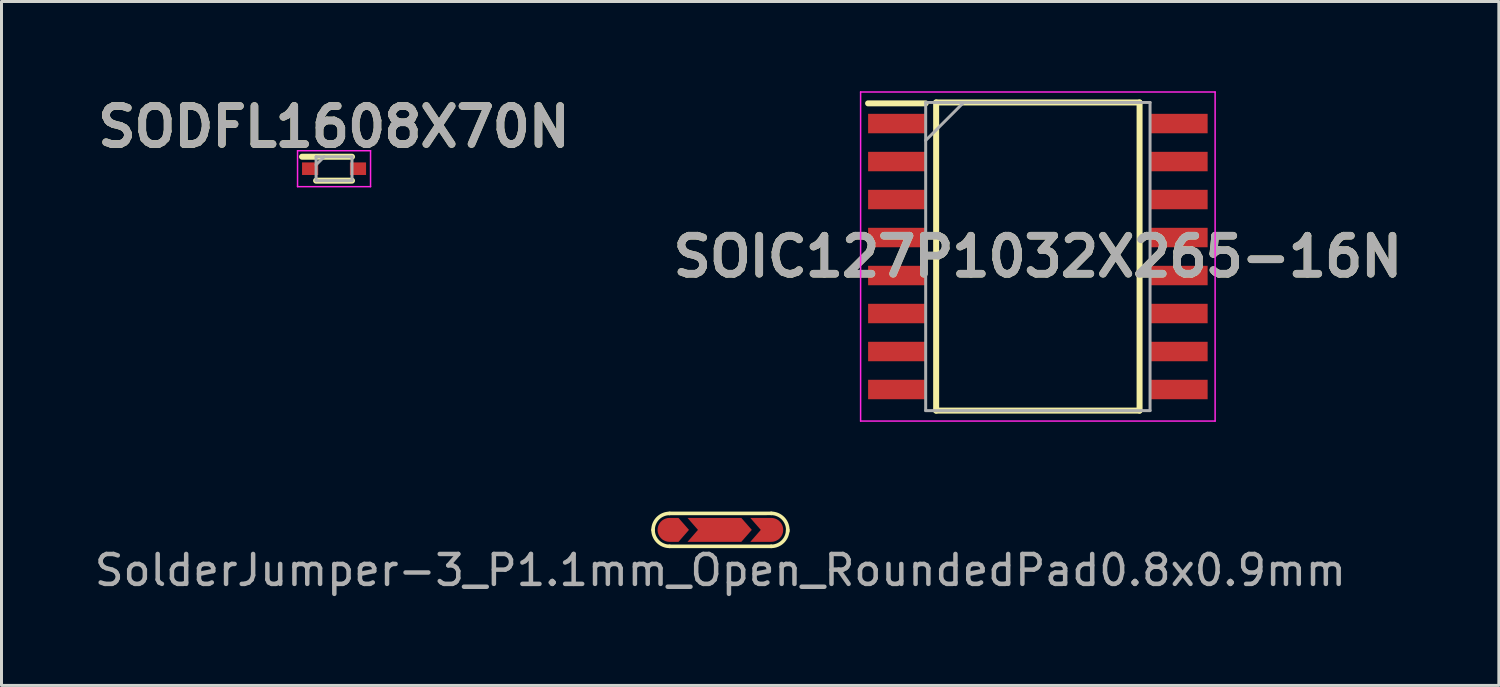
<source format=kicad_pcb>
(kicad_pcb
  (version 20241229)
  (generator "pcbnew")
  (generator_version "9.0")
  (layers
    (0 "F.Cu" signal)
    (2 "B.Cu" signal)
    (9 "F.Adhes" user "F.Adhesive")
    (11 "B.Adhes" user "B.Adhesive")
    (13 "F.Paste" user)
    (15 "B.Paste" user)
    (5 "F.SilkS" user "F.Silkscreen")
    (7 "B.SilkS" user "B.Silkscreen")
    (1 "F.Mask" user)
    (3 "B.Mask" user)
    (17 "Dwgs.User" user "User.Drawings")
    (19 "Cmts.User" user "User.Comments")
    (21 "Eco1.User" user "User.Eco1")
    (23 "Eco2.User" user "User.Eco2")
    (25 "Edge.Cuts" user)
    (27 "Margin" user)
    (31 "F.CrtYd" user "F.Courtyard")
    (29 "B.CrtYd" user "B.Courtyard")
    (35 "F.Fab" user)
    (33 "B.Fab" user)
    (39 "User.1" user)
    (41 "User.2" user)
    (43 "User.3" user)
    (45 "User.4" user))
  (footprint "SolderJumper-3_P1.1mm_Open_RoundedPad0.8x0.9mm"
    (layer "F.Cu")
    (at 21.03 14.662)
    (property "Reference" "SolderJumper-3_P1.1mm_Open_RoundedPad0.8x0.9mm" (at 0 1.35 0) (layer "F.Fab") (effects (font (size 1 1) (thickness 0.15))))
    (attr exclude_from_pos_files exclude_from_bom)
    (fp_line (start -1.7 -0.55) (end 1.7 -0.552) (stroke (width 0.12) (type solid)) (layer "F.SilkS"))
    (fp_line (start 1.7 0.55) (end -1.7 0.55) (stroke (width 0.12) (type solid)) (layer "F.SilkS"))
    (fp_arc (start -2.25 0) (mid -2.088909 -0.388909) (end -1.7 -0.55) (stroke (width 0.12) (type solid)) (layer "F.SilkS"))
    (fp_arc (start -1.7 0.55) (mid -2.088909 0.388909) (end -2.25 0) (stroke (width 0.12) (type solid)) (layer "F.SilkS"))
    (fp_arc (start 1.7 -0.552268) (mid 2.107807 -0.372415) (end 2.25 0.05) (stroke (width 0.12) (type solid)) (layer "F.SilkS"))
    (fp_arc (start 2.25 0) (mid 2.088909 0.388909) (end 1.7 0.55) (stroke (width 0.12) (type solid)) (layer "F.SilkS"))
    (pad "" smd rect (at -0.9 0) (size 1.1 0.8) (layers "F.Mask"))
    (pad "" smd rect (at 0.9 0) (size 1.1 0.8) (layers "F.Mask"))
    (pad "1" smd custom (at -1.7 0) (size 0.3 0.3) (layers "F.Cu" "F.Mask") (options (anchor rect)) (primitives (gr_poly (pts (xy 0.3 0.4) (xy 0.65 0) (xy 0.3 -0.4) (xy 0 -0.4) (xy -0.066 -0.395) (xy -0.13 -0.378) (xy -0.19 -0.352) (xy -0.246 -0.316) (xy -0.294 -0.271) (xy -0.335 -0.219) (xy -0.366 -0.161) (xy -0.388 -0.098) (xy -0.399 -0.033) (xy -0.399 0.033) (xy -0.388 0.098) (xy -0.366 0.161) (xy -0.335 0.219) (xy -0.294 0.271) (xy -0.246 0.316) (xy -0.19 0.352) (xy -0.13 0.378) (xy -0.066 0.395) (xy 0 0.4)) (width 0) (fill yes))))
    (pad "2" smd custom (at 0 0) (size 0.3 0.3) (layers "F.Cu") (options (anchor rect)) (primitives (gr_poly (pts (xy 1.05 0) (xy 0.7 0.4) (xy -1.1 0.4) (xy -0.75 0) (xy -1.1 -0.4) (xy 0.7 -0.4)) (width 0) (fill yes))))
    (pad "3" smd custom (at 1.7 0) (size 0.3 0.3) (layers "F.Cu" "F.Mask") (options (anchor rect)) (primitives (gr_poly (pts (xy -0.7 0.4) (xy -0.35 0) (xy -0.7 -0.4) (xy 0 -0.4) (xy 0.066 -0.395) (xy 0.13 -0.378) (xy 0.19 -0.352) (xy 0.246 -0.316) (xy 0.294 -0.271) (xy 0.335 -0.219) (xy 0.366 -0.161) (xy 0.388 -0.098) (xy 0.399 -0.033) (xy 0.399 0.033) (xy 0.388 0.098) (xy 0.366 0.161) (xy 0.335 0.219) (xy 0.294 0.271) (xy 0.246 0.316) (xy 0.19 0.352) (xy 0.13 0.378) (xy 0.066 0.395) (xy 0 0.4)) (width 0) (fill yes)))))
  (footprint "SOIC127P1032X265-16N"
    (layer "F.Cu")
    (at 31.642 5.525)
    (property "Reference" "SOIC127P1032X265-16N" (at 0 0 0) (layer "F.SilkS") (effects (font (size 1.27 1.27) (thickness 0.254))))
    (attr smd)
    (fp_line (start -5.675 -5.12) (end -3.75 -5.12) (stroke (width 0.2) (type solid)) (layer "F.SilkS"))
    (fp_line (start -3.4 -5.15) (end 3.4 -5.15) (stroke (width 0.2) (type solid)) (layer "F.SilkS"))
    (fp_line (start -3.4 5.15) (end -3.4 -5.15) (stroke (width 0.2) (type solid)) (layer "F.SilkS"))
    (fp_line (start 3.4 -5.15) (end 3.4 5.15) (stroke (width 0.2) (type solid)) (layer "F.SilkS"))
    (fp_line (start 3.4 5.15) (end -3.4 5.15) (stroke (width 0.2) (type solid)) (layer "F.SilkS"))
    (fp_line (start -5.925 -5.5) (end 5.925 -5.5) (stroke (width 0.05) (type solid)) (layer "F.CrtYd"))
    (fp_line (start -5.925 5.5) (end -5.925 -5.5) (stroke (width 0.05) (type solid)) (layer "F.CrtYd"))
    (fp_line (start 5.925 -5.5) (end 5.925 5.5) (stroke (width 0.05) (type solid)) (layer "F.CrtYd"))
    (fp_line (start 5.925 5.5) (end -5.925 5.5) (stroke (width 0.05) (type solid)) (layer "F.CrtYd"))
    (fp_line (start -3.75 -5.15) (end 3.75 -5.15) (stroke (width 0.1) (type solid)) (layer "F.Fab"))
    (fp_line (start -3.75 -3.88) (end -2.48 -5.15) (stroke (width 0.1) (type solid)) (layer "F.Fab"))
    (fp_line (start -3.75 5.15) (end -3.75 -5.15) (stroke (width 0.1) (type solid)) (layer "F.Fab"))
    (fp_line (start 3.75 -5.15) (end 3.75 5.15) (stroke (width 0.1) (type solid)) (layer "F.Fab"))
    (fp_line (start 3.75 5.15) (end -3.75 5.15) (stroke (width 0.1) (type solid)) (layer "F.Fab"))
    (fp_text user "${REFERENCE}" (at 0 0 0) (layer "F.Fab") (effects (font (size 1.27 1.27) (thickness 0.254))))
    (pad "1" smd rect (at -4.712 -4.445 90) (size 0.65 1.925) (layers "F.Cu" "F.Mask" "F.Paste"))
    (pad "2" smd rect (at -4.712 -3.175 90) (size 0.65 1.925) (layers "F.Cu" "F.Mask" "F.Paste"))
    (pad "3" smd rect (at -4.712 -1.905 90) (size 0.65 1.925) (layers "F.Cu" "F.Mask" "F.Paste"))
    (pad "4" smd rect (at -4.712 -0.635 90) (size 0.65 1.925) (layers "F.Cu" "F.Mask" "F.Paste"))
    (pad "5" smd rect (at -4.712 0.635 90) (size 0.65 1.925) (layers "F.Cu" "F.Mask" "F.Paste"))
    (pad "6" smd rect (at -4.712 1.905 90) (size 0.65 1.925) (layers "F.Cu" "F.Mask" "F.Paste"))
    (pad "7" smd rect (at -4.712 3.175 90) (size 0.65 1.925) (layers "F.Cu" "F.Mask" "F.Paste"))
    (pad "8" smd rect (at -4.712 4.445 90) (size 0.65 1.925) (layers "F.Cu" "F.Mask" "F.Paste"))
    (pad "9" smd rect (at 4.712 4.445 90) (size 0.65 1.925) (layers "F.Cu" "F.Mask" "F.Paste"))
    (pad "10" smd rect (at 4.712 3.175 90) (size 0.65 1.925) (layers "F.Cu" "F.Mask" "F.Paste"))
    (pad "11" smd rect (at 4.712 1.905 90) (size 0.65 1.925) (layers "F.Cu" "F.Mask" "F.Paste"))
    (pad "12" smd rect (at 4.712 0.635 90) (size 0.65 1.925) (layers "F.Cu" "F.Mask" "F.Paste"))
    (pad "13" smd rect (at 4.712 -0.635 90) (size 0.65 1.925) (layers "F.Cu" "F.Mask" "F.Paste"))
    (pad "14" smd rect (at 4.712 -1.905 90) (size 0.65 1.925) (layers "F.Cu" "F.Mask" "F.Paste"))
    (pad "15" smd rect (at 4.712 -3.175 90) (size 0.65 1.925) (layers "F.Cu" "F.Mask" "F.Paste"))
    (pad "16" smd rect (at 4.712 -4.445 90) (size 0.65 1.925) (layers "F.Cu" "F.Mask" "F.Paste")))
  (footprint "SODFL1608X70N"
    (layer "F.Cu")
    (at 8.116 2.589)
    (property "Reference" "SODFL1608X70N" (at 0 -1.4 0) (layer "F.SilkS") (effects (font (size 1.27 1.27) (thickness 0.254))))
    (attr smd)
    (fp_line (start -1.07 -0.4) (end 0.6 -0.4) (stroke (width 0.2) (type solid)) (layer "F.SilkS"))
    (fp_line (start -0.6 0.4) (end 0.6 0.4) (stroke (width 0.2) (type solid)) (layer "F.SilkS"))
    (fp_line (start -1.22 -0.6) (end 1.22 -0.6) (stroke (width 0.05) (type solid)) (layer "F.CrtYd"))
    (fp_line (start -1.22 0.6) (end -1.22 -0.6) (stroke (width 0.05) (type solid)) (layer "F.CrtYd"))
    (fp_line (start 1.22 -0.6) (end 1.22 0.6) (stroke (width 0.05) (type solid)) (layer "F.CrtYd"))
    (fp_line (start 1.22 0.6) (end -1.22 0.6) (stroke (width 0.05) (type solid)) (layer "F.CrtYd"))
    (fp_line (start -0.6 -0.4) (end 0.6 -0.4) (stroke (width 0.1) (type solid)) (layer "F.Fab"))
    (fp_line (start -0.6 -0.13) (end -0.33 -0.4) (stroke (width 0.1) (type solid)) (layer "F.Fab"))
    (fp_line (start -0.6 0.4) (end -0.6 -0.4) (stroke (width 0.1) (type solid)) (layer "F.Fab"))
    (fp_line (start 0.6 -0.4) (end 0.6 0.4) (stroke (width 0.1) (type solid)) (layer "F.Fab"))
    (fp_line (start 0.6 0.4) (end -0.6 0.4) (stroke (width 0.1) (type solid)) (layer "F.Fab"))
    (fp_text user "${REFERENCE}" (at 0 -1.4 0) (layer "F.Fab") (effects (font (size 1.27 1.27) (thickness 0.254))))
    (pad "1" smd rect (at -0.8 0 90) (size 0.42 0.54) (layers "F.Cu" "F.Mask" "F.Paste"))
    (pad "2" smd rect (at 0.8 0 90) (size 0.42 0.54) (layers "F.Cu" "F.Mask" "F.Paste")))
  (gr_rect
    (start -3 -3)
    (end 47.051 19.861)
    (stroke (width 0.1) (type default))
    (fill no)
    (layer "Edge.Cuts")))
</source>
